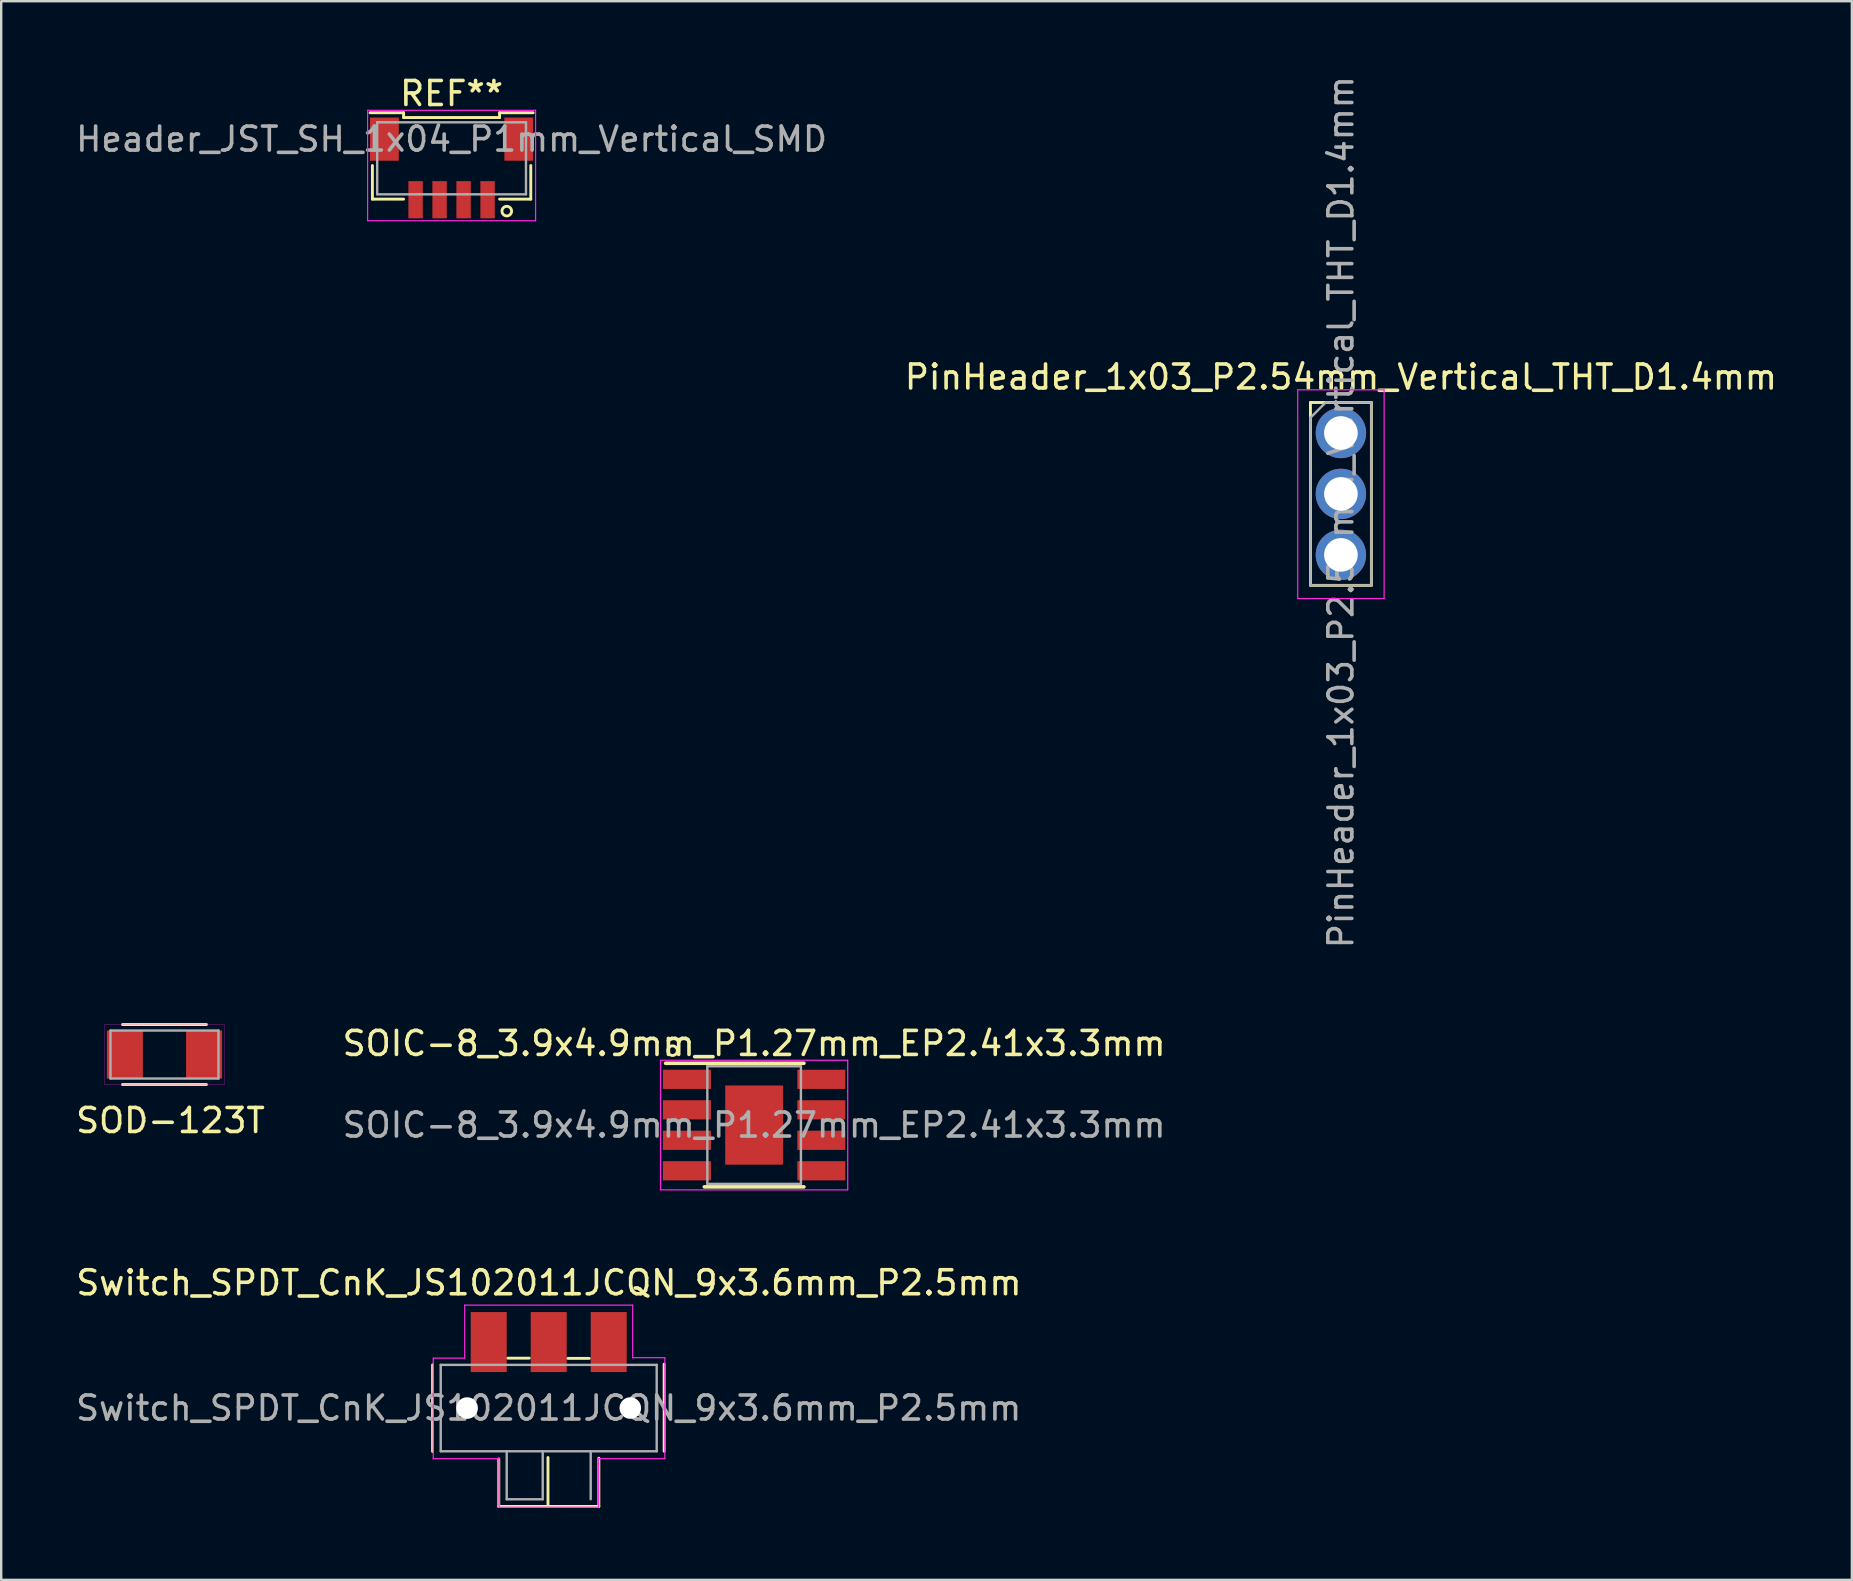
<source format=kicad_pcb>
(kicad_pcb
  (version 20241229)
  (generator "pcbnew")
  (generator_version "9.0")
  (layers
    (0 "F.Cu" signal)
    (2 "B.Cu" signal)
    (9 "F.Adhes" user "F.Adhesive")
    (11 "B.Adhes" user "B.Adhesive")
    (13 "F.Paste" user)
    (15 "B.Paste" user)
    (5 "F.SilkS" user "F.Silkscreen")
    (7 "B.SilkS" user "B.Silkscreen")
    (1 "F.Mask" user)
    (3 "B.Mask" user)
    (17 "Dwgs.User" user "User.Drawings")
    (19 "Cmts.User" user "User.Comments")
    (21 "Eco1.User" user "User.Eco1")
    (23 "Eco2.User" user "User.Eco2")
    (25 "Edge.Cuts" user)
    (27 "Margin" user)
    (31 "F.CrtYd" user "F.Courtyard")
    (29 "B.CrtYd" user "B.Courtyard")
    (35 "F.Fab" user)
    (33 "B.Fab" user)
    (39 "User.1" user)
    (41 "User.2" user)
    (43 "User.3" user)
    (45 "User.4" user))
  (footprint "SOD-123T"
    (layer "F.Cu")
    (at 3.804 40.893)
    (property "Reference" "SOD-123T" (at 0.25 2.75 0) (layer "F.SilkS") (effects (font (size 1 1) (thickness 0.15))))
    (attr through_hole)
    (fp_line (start -1.75 -1.25) (end 1.75 -1.25) (stroke (width 0.12) (type solid)) (layer "F.SilkS"))
    (fp_line (start -1.75 1.25) (end 1.75 1.25) (stroke (width 0.12) (type solid)) (layer "F.SilkS"))
    (fp_line (start -2.5 -1.25) (end 2.5 -1.25) (stroke (width 0.01) (type solid)) (layer "F.CrtYd"))
    (fp_line (start -2.5 1.25) (end -2.5 -1.25) (stroke (width 0.01) (type solid)) (layer "F.CrtYd"))
    (fp_line (start 2.5 -1.25) (end 2.5 1.25) (stroke (width 0.01) (type solid)) (layer "F.CrtYd"))
    (fp_line (start 2.5 1.25) (end -2.5 1.25) (stroke (width 0.01) (type solid)) (layer "F.CrtYd"))
    (fp_line (start -2.25 -1) (end 2.25 -1) (stroke (width 0.1) (type solid)) (layer "F.Fab"))
    (fp_line (start -2.25 1) (end -2.25 -1) (stroke (width 0.1) (type solid)) (layer "F.Fab"))
    (fp_line (start 2.25 -1) (end 2.25 1) (stroke (width 0.1) (type solid)) (layer "F.Fab"))
    (fp_line (start 2.25 1) (end -2.25 1) (stroke (width 0.1) (type solid)) (layer "F.Fab"))
    (pad "1" smd rect (at -1.65 0) (size 1.5 2) (layers "F.Cu" "F.Mask" "F.Paste"))
    (pad "2" smd rect (at 1.65 0) (size 1.5 2) (layers "F.Cu" "F.Mask" "F.Paste")))
  (footprint "PinHeader_1x03_P2.54mm_Vertical_THT_D1.4mm"
    (layer "F.Cu")
    (at 52.827 14.992)
    (property "Reference" "PinHeader_1x03_P2.54mm_Vertical_THT_D1.4mm" (at 0 -2.33 0) (layer "F.SilkS") (effects (font (size 1 1) (thickness 0.15))))
    (attr through_hole)
    (fp_line (start -1.27 -1.27) (end -1.27 6.35) (stroke (width 0.12) (type solid)) (layer "F.SilkS"))
    (fp_line (start -1.27 -1.27) (end 1.27 -1.27) (stroke (width 0.12) (type solid)) (layer "F.SilkS"))
    (fp_line (start -1.27 6.35) (end 1.27 6.35) (stroke (width 0.12) (type solid)) (layer "F.SilkS"))
    (fp_line (start 1.27 -1.27) (end 1.27 6.35) (stroke (width 0.12) (type solid)) (layer "F.SilkS"))
    (fp_line (start -1.8 -1.8) (end -1.8 6.9) (stroke (width 0.05) (type solid)) (layer "F.CrtYd"))
    (fp_line (start -1.8 6.9) (end 1.8 6.9) (stroke (width 0.05) (type solid)) (layer "F.CrtYd"))
    (fp_line (start 1.8 -1.8) (end -1.8 -1.8) (stroke (width 0.05) (type solid)) (layer "F.CrtYd"))
    (fp_line (start 1.8 6.9) (end 1.8 -1.8) (stroke (width 0.05) (type solid)) (layer "F.CrtYd"))
    (fp_line (start -1.27 -0.635) (end -0.635 -1.27) (stroke (width 0.1) (type solid)) (layer "F.Fab"))
    (fp_line (start -1.27 6.35) (end -1.27 -0.635) (stroke (width 0.1) (type solid)) (layer "F.Fab"))
    (fp_line (start -0.635 -1.27) (end 1.27 -1.27) (stroke (width 0.1) (type solid)) (layer "F.Fab"))
    (fp_line (start 1.27 -1.27) (end 1.27 6.35) (stroke (width 0.1) (type solid)) (layer "F.Fab"))
    (fp_line (start 1.27 6.35) (end -1.27 6.35) (stroke (width 0.1) (type solid)) (layer "F.Fab"))
    (fp_text user "${REFERENCE}" (at 0 3.3 90) (layer "F.Fab") (effects (font (size 1 1) (thickness 0.15))))
    (pad "1" thru_hole circle (at 0 0) (size 2.1 2.1) (drill 1.4) (layers "*.Cu" "*.Mask"))
    (pad "2" thru_hole circle (at 0 2.54) (size 2.1 2.1) (drill 1.4) (layers "*.Cu" "*.Mask"))
    (pad "3" thru_hole circle (at 0 5.08) (size 2.1 2.1) (drill 1.4) (layers "*.Cu" "*.Mask")))
  (footprint "SOIC-8_3.9x4.9mm_P1.27mm_EP2.41x3.3mm"
    (layer "F.Cu")
    (at 28.375 43.832)
    (property "Reference" "SOIC-8_3.9x4.9mm_P1.27mm_EP2.41x3.3mm" (at 0 -3.4 0) (layer "F.SilkS") (effects (font (size 1 1) (thickness 0.15))))
    (attr smd)
    (fp_line (start -3.69 -2.575) (end 2.075 -2.575) (stroke (width 0.15) (type solid)) (layer "F.SilkS"))
    (fp_line (start -2.075 2.575) (end 2.075 2.575) (stroke (width 0.15) (type solid)) (layer "F.SilkS"))
    (fp_circle (center -3.4 -3.1) (end -3.2 -3.1) (stroke (width 0.12) (type solid)) (fill no) (layer "F.SilkS"))
    (fp_line (start -3.9 -2.7) (end 3.9 -2.7) (stroke (width 0.05) (type solid)) (layer "F.CrtYd"))
    (fp_line (start -3.9 2.7) (end -3.9 -2.7) (stroke (width 0.05) (type solid)) (layer "F.CrtYd"))
    (fp_line (start 3.9 -2.7) (end 3.9 2.7) (stroke (width 0.05) (type solid)) (layer "F.CrtYd"))
    (fp_line (start 3.9 2.7) (end -3.9 2.7) (stroke (width 0.05) (type solid)) (layer "F.CrtYd"))
    (fp_line (start -1.95 -2.45) (end -1.95 2.45) (stroke (width 0.1) (type solid)) (layer "F.Fab"))
    (fp_line (start -1.95 -2.45) (end 1.95 -2.45) (stroke (width 0.1) (type solid)) (layer "F.Fab"))
    (fp_line (start -1.95 2.45) (end 1.95 2.45) (stroke (width 0.1) (type solid)) (layer "F.Fab"))
    (fp_line (start 1.95 -2.45) (end 1.95 2.45) (stroke (width 0.1) (type solid)) (layer "F.Fab"))
    (fp_text user "${REFERENCE}" (at 0 0 0) (layer "F.Fab") (effects (font (size 1 1) (thickness 0.15))))
    (pad "1" smd rect (at -2.8 -1.905) (size 2 0.8) (layers "F.Cu" "F.Mask" "F.Paste"))
    (pad "2" smd rect (at -2.8 -0.635) (size 2 0.8) (layers "F.Cu" "F.Mask" "F.Paste"))
    (pad "3" smd rect (at -2.8 0.635) (size 2 0.8) (layers "F.Cu" "F.Mask" "F.Paste"))
    (pad "4" smd rect (at -2.8 1.905) (size 2 0.8) (layers "F.Cu" "F.Mask" "F.Paste"))
    (pad "5" smd rect (at 2.8 1.905) (size 2 0.8) (layers "F.Cu" "F.Mask" "F.Paste"))
    (pad "6" smd rect (at 2.8 0.635) (size 2 0.8) (layers "F.Cu" "F.Mask" "F.Paste"))
    (pad "7" smd rect (at 2.8 -0.635) (size 2 0.8) (layers "F.Cu" "F.Mask" "F.Paste"))
    (pad "8" smd rect (at 2.8 -1.905) (size 2 0.8) (layers "F.Cu" "F.Mask" "F.Paste"))
    (pad "9" smd rect (at 0 0) (size 2.41 3.3) (layers "F.Cu" "F.Mask" "F.Paste")))
  (footprint "Header_JST_SH_1x04_P1mm_Vertical_SMD"
    (layer "F.Cu")
    (at 15.768 2.748)
    (property "Reference" "Header_JST_SH_1x04_P1mm_Vertical_SMD" (at 0 0 0) (layer "F.Fab") (effects (font (size 1 1) (thickness 0.15))))
    (attr through_hole)
    (fp_line (start -3.4 -1.1) (end -2 -1.1) (stroke (width 0.12) (type solid)) (layer "F.SilkS"))
    (fp_line (start -3.3 2.5) (end -3.3 1.1) (stroke (width 0.12) (type solid)) (layer "F.SilkS"))
    (fp_line (start -2 -1.1) (end -2 -0.9) (stroke (width 0.12) (type solid)) (layer "F.SilkS"))
    (fp_line (start -2 -0.9) (end 2 -0.9) (stroke (width 0.12) (type solid)) (layer "F.SilkS"))
    (fp_line (start -2 2.5) (end -3.3 2.5) (stroke (width 0.12) (type solid)) (layer "F.SilkS"))
    (fp_line (start 2 -1.1) (end 3.4 -1.1) (stroke (width 0.12) (type solid)) (layer "F.SilkS"))
    (fp_line (start 2 -0.9) (end 2 -1.1) (stroke (width 0.12) (type solid)) (layer "F.SilkS"))
    (fp_line (start 2 2.5) (end 3.3 2.5) (stroke (width 0.12) (type solid)) (layer "F.SilkS"))
    (fp_line (start 3.3 2.5) (end 3.3 1.1) (stroke (width 0.12) (type solid)) (layer "F.SilkS"))
    (fp_circle (center 2.3 3) (end 2.3 3.2) (stroke (width 0.12) (type solid)) (fill no) (layer "F.SilkS"))
    (fp_line (start -3.5 -1.2) (end 3.5 -1.2) (stroke (width 0.05) (type solid)) (layer "F.CrtYd"))
    (fp_line (start -3.5 3.4) (end -3.5 -1.2) (stroke (width 0.05) (type solid)) (layer "F.CrtYd"))
    (fp_line (start 3.5 -1.2) (end 3.5 3.4) (stroke (width 0.05) (type solid)) (layer "F.CrtYd"))
    (fp_line (start 3.5 3.4) (end -3.5 3.4) (stroke (width 0.05) (type solid)) (layer "F.CrtYd"))
    (fp_line (start -3.1 -0.7) (end 3.1 -0.7) (stroke (width 0.1) (type solid)) (layer "F.Fab"))
    (fp_line (start -3.1 2.3) (end -3.1 -0.7) (stroke (width 0.1) (type solid)) (layer "F.Fab"))
    (fp_line (start 3.1 -0.7) (end 3.1 2.3) (stroke (width 0.1) (type solid)) (layer "F.Fab"))
    (fp_line (start 3.1 2.3) (end -3.1 2.3) (stroke (width 0.1) (type solid)) (layer "F.Fab"))
    (fp_text user "REF**" (at 0 -1.9 0) (unlocked yes) (layer "F.SilkS") (effects (font (size 1 1) (thickness 0.15))))
    (pad "" smd rect (at -2.8 0) (size 1.2 1.8) (layers "F.Cu" "F.Mask" "F.Paste"))
    (pad "" smd rect (at 2.8 0) (size 1.2 1.8) (layers "F.Cu" "F.Mask" "F.Paste"))
    (pad "1" smd rect (at 1.5 2.525) (size 0.6 1.55) (layers "F.Cu" "F.Mask" "F.Paste"))
    (pad "2" smd rect (at 0.5 2.525) (size 0.6 1.55) (layers "F.Cu" "F.Mask" "F.Paste"))
    (pad "3" smd rect (at -0.5 2.525) (size 0.6 1.55) (layers "F.Cu" "F.Mask" "F.Paste"))
    (pad "4" smd rect (at -1.5 2.525) (size 0.6 1.55) (layers "F.Cu" "F.Mask" "F.Paste")))
  (footprint "Switch_SPDT_CnK_JS102011JCQN_9x3.6mm_P2.5mm"
    (layer "F.Cu")
    (at 19.815 55.625)
    (property "Reference" "Switch_SPDT_CnK_JS102011JCQN_9x3.6mm_P2.5mm" (at 0.01 -5.22 0) (layer "F.SilkS") (effects (font (size 1 1) (thickness 0.15))))
    (attr smd)
    (fp_line (start -4.84 -1.8) (end -4.84 1.81) (stroke (width 0.12) (type solid)) (layer "F.SilkS"))
    (fp_line (start -2.08 2.12) (end -2.08 4.1) (stroke (width 0.12) (type solid)) (layer "F.SilkS"))
    (fp_line (start -2.08 4.1) (end 2.09 4.1) (stroke (width 0.12) (type solid)) (layer "F.SilkS"))
    (fp_line (start -1.7 -2.08) (end -0.81 -2.08) (stroke (width 0.12) (type solid)) (layer "F.SilkS"))
    (fp_line (start -0.03 2.06) (end -0.03 4.09) (stroke (width 0.12) (type solid)) (layer "F.SilkS"))
    (fp_line (start 0.8 -2.07) (end 1.69 -2.07) (stroke (width 0.12) (type solid)) (layer "F.SilkS"))
    (fp_line (start 2.09 4.1) (end 2.09 2.09) (stroke (width 0.12) (type solid)) (layer "F.SilkS"))
    (fp_line (start 4.81 -1.83) (end 4.81 1.8) (stroke (width 0.12) (type solid)) (layer "F.SilkS"))
    (fp_line (start -4.81 -2.08) (end -4.81 2.11) (stroke (width 0.05) (type solid)) (layer "F.CrtYd"))
    (fp_line (start -4.81 2.11) (end -2.07 2.11) (stroke (width 0.05) (type solid)) (layer "F.CrtYd"))
    (fp_line (start -3.5 -2.08) (end -4.81 -2.08) (stroke (width 0.05) (type solid)) (layer "F.CrtYd"))
    (fp_line (start -3.5 -2.08) (end -3.5 -4.29) (stroke (width 0.05) (type solid)) (layer "F.CrtYd"))
    (fp_line (start -2.07 2.11) (end -2.07 4.13) (stroke (width 0.05) (type solid)) (layer "F.CrtYd"))
    (fp_line (start -2.07 4.13) (end 2.08 4.13) (stroke (width 0.05) (type solid)) (layer "F.CrtYd"))
    (fp_line (start 2.08 2.11) (end 4.84 2.11) (stroke (width 0.05) (type solid)) (layer "F.CrtYd"))
    (fp_line (start 2.08 4.13) (end 2.08 2.11) (stroke (width 0.05) (type solid)) (layer "F.CrtYd"))
    (fp_line (start 3.5 -4.29) (end -3.5 -4.29) (stroke (width 0.05) (type solid)) (layer "F.CrtYd"))
    (fp_line (start 3.5 -4.29) (end 3.5 -2.1) (stroke (width 0.05) (type solid)) (layer "F.CrtYd"))
    (fp_line (start 4.84 -2.1) (end 3.5 -2.1) (stroke (width 0.05) (type solid)) (layer "F.CrtYd"))
    (fp_line (start 4.84 2.11) (end 4.84 -2.1) (stroke (width 0.05) (type solid)) (layer "F.CrtYd"))
    (fp_line (start -4.5 -1.8) (end -4.5 1.8) (stroke (width 0.1) (type solid)) (layer "F.Fab"))
    (fp_line (start -4.5 -1.8) (end 4.5 -1.8) (stroke (width 0.1) (type solid)) (layer "F.Fab"))
    (fp_line (start -1.75 3.8) (end -1.75 1.8) (stroke (width 0.1) (type solid)) (layer "F.Fab"))
    (fp_line (start -1.75 3.8) (end -0.25 3.8) (stroke (width 0.1) (type solid)) (layer "F.Fab"))
    (fp_line (start -0.25 3.8) (end -0.25 1.8) (stroke (width 0.1) (type solid)) (layer "F.Fab"))
    (fp_line (start 1.75 3.8) (end 1.75 1.8) (stroke (width 0.1) (type solid)) (layer "F.Fab"))
    (fp_line (start 4.5 -1.8) (end 4.5 1.8) (stroke (width 0.1) (type solid)) (layer "F.Fab"))
    (fp_line (start 4.5 1.8) (end -4.5 1.8) (stroke (width 0.1) (type solid)) (layer "F.Fab"))
    (fp_text user "${REFERENCE}" (at 0 0 0) (layer "F.Fab") (effects (font (size 1 1) (thickness 0.15))))
    (pad "" np_thru_hole circle (at -3.4 0) (size 0.9 0.9) (drill 0.9) (layers "*.Cu" "*.Mask"))
    (pad "" np_thru_hole circle (at 3.4 0) (size 0.9 0.9) (drill 0.9) (layers "*.Cu" "*.Mask"))
    (pad "1" smd rect (at -2.5 -2.75) (size 1.5 2.5) (layers "F.Cu" "F.Mask" "F.Paste"))
    (pad "2" smd rect (at 0 -2.75) (size 1.5 2.5) (layers "F.Cu" "F.Mask" "F.Paste"))
    (pad "3" smd rect (at 2.5 -2.75) (size 1.5 2.5) (layers "F.Cu" "F.Mask" "F.Paste")))
  (gr_rect
    (start -3 -3)
    (end 74.119 62.785)
    (stroke (width 0.1) (type default))
    (fill no)
    (layer "Edge.Cuts")))
</source>
